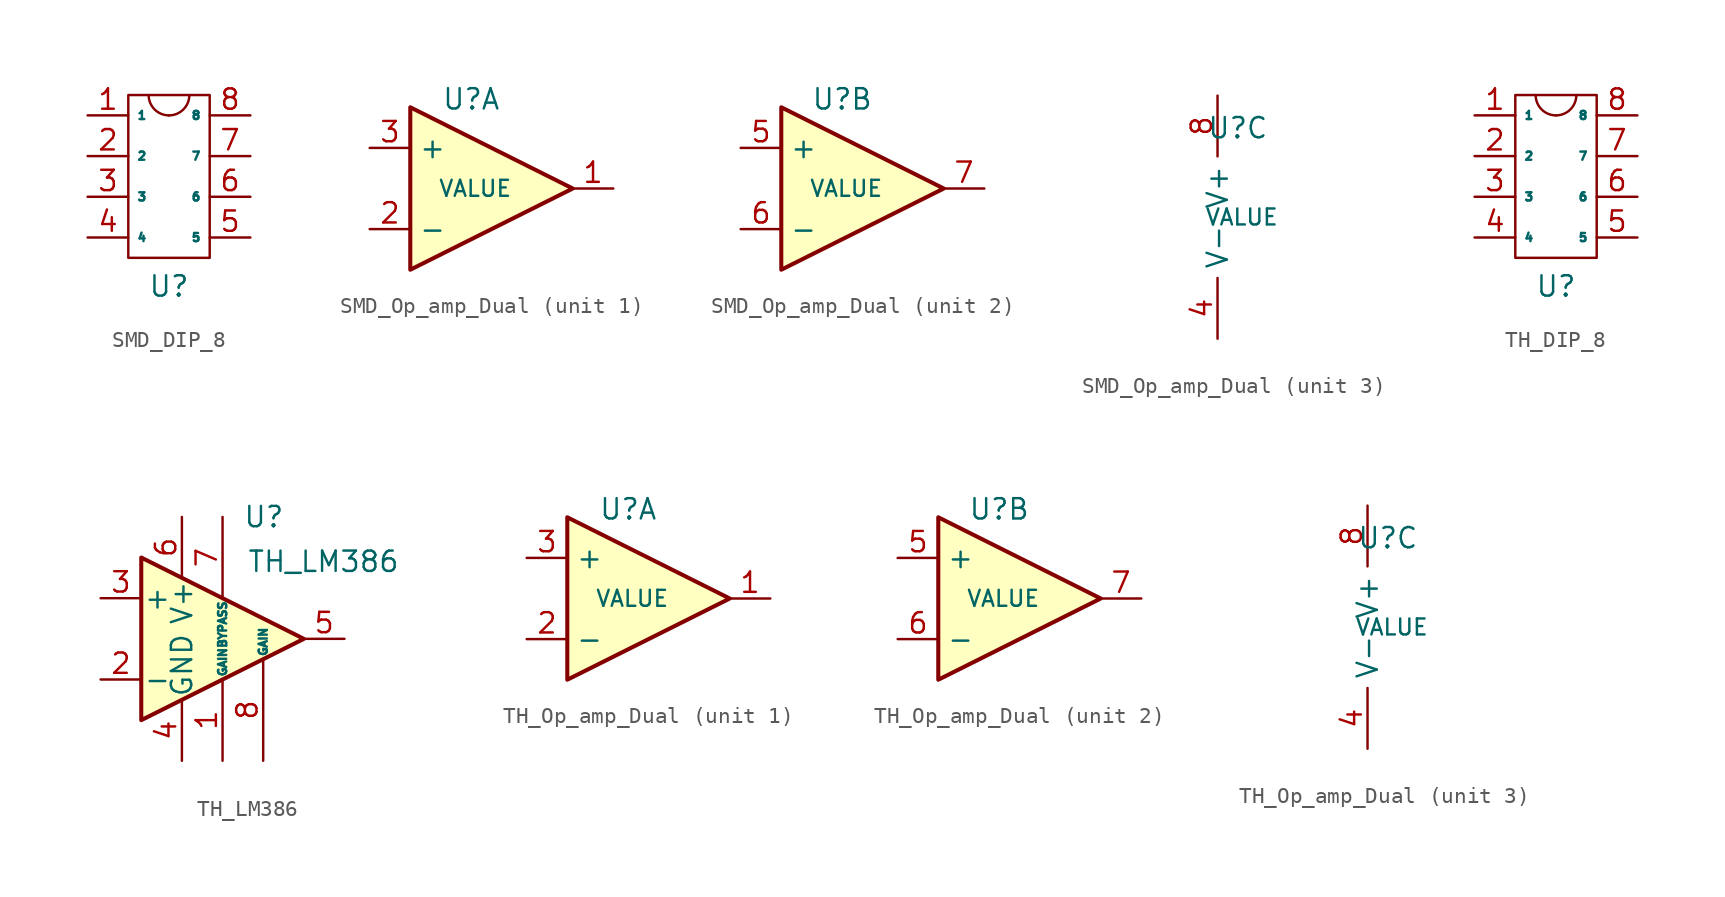
<source format=kicad_sym>
(kicad_symbol_lib
  (version 20231120)
  (generator "kicad_symbol_editor")
  (generator_version "8.0")
  (symbol "SMD_DIP_8"
    (property "Reference" "U"
      (at 0 -6.858 0)
      (do_not_autoplace)
      (effects (font (size 1.27 1.27))))
    (property "Value" ""
      (at 0 0 0)
      (effects (font (size 1.27 1.27))))
    (symbol "SMD_DIP_8_0_1"
      (rectangle (start -2.54 5.08) (end 2.54 -5.08) (stroke (width 0) (type default)) (fill (type none)))
      (arc (start -1.27 5.08) (mid -0.898 4.182) (end 0 3.81) (stroke (width 0) (type default)) (fill (type none)))
      (arc (start 0 3.81) (mid 0.898 4.182) (end 1.27 5.08) (stroke (width 0) (type default)) (fill (type none))))
    (symbol "SMD_DIP_8_1_1"
      (pin input line (at -5.08 3.81 0) (length 2.54) (name "1" (effects (font (size 0.508 0.508)))) (number "1" (effects (font (size 1.27 1.27)))))
      (pin input line (at -5.08 1.27 0) (length 2.54) (name "2" (effects (font (size 0.508 0.508)))) (number "2" (effects (font (size 1.27 1.27)))))
      (pin input line (at -5.08 -1.27 0) (length 2.54) (name "3" (effects (font (size 0.508 0.508)))) (number "3" (effects (font (size 1.27 1.27)))))
      (pin input line (at -5.08 -3.81 0) (length 2.54) (name "4" (effects (font (size 0.508 0.508)))) (number "4" (effects (font (size 1.27 1.27)))))
      (pin input line (at 5.08 -3.81 180) (length 2.54) (name "5" (effects (font (size 0.508 0.508)))) (number "5" (effects (font (size 1.27 1.27)))))
      (pin input line (at 5.08 -1.27 180) (length 2.54) (name "6" (effects (font (size 0.508 0.508)))) (number "6" (effects (font (size 1.27 1.27)))))
      (pin input line (at 5.08 1.27 180) (length 2.54) (name "7" (effects (font (size 0.508 0.508)))) (number "7" (effects (font (size 1.27 1.27)))))
      (pin input line (at 5.08 3.81 180) (length 2.54) (name "8" (effects (font (size 0.508 0.508)))) (number "8" (effects (font (size 1.27 1.27)))))))
  (symbol "SMD_Op_amp_Dual"
    (property "Reference" "U"
      (at -1.27 5.588 0)
      (do_not_autoplace)
      (effects (font (size 1.27 1.27))))
    (property "Value" "VALUE"
      (at -1.016 0 0)
      (do_not_autoplace)
      (effects (font (size 1 1))))
    (property "ki_locked" ""
      (at 0 0 0)
      (effects (font (size 1.27 1.27))))
    (symbol "SMD_Op_amp_Dual_1_1"
      (polyline (pts (xy -5.08 5.08) (xy 5.08 0) (xy -5.08 -5.08) (xy -5.08 5.08)) (stroke (width 0.254) (type default)) (fill (type background)))
      (pin output line (at 7.62 0 180) (length 2.54) (name "~" (effects (font (size 1.27 1.27)))) (number "1" (effects (font (size 1.27 1.27)))))
      (pin input line (at -7.62 -2.54 0) (length 2.54) (name "-" (effects (font (size 1.27 1.27)))) (number "2" (effects (font (size 1.27 1.27)))))
      (pin input line (at -7.62 2.54 0) (length 2.54) (name "+" (effects (font (size 1.27 1.27)))) (number "3" (effects (font (size 1.27 1.27))))))
    (symbol "SMD_Op_amp_Dual_2_1"
      (polyline (pts (xy -5.08 5.08) (xy 5.08 0) (xy -5.08 -5.08) (xy -5.08 5.08)) (stroke (width 0.254) (type default)) (fill (type background)))
      (pin input line (at -7.62 2.54 0) (length 2.54) (name "+" (effects (font (size 1.27 1.27)))) (number "5" (effects (font (size 1.27 1.27)))))
      (pin input line (at -7.62 -2.54 0) (length 2.54) (name "-" (effects (font (size 1.27 1.27)))) (number "6" (effects (font (size 1.27 1.27)))))
      (pin output line (at 7.62 0 180) (length 2.54) (name "~" (effects (font (size 1.27 1.27)))) (number "7" (effects (font (size 1.27 1.27))))))
    (symbol "SMD_Op_amp_Dual_3_1"
      (pin power_in line (at -2.54 -7.62 90) (length 3.81) (name "V-" (effects (font (size 1.27 1.27)))) (number "4" (effects (font (size 1.27 1.27)))))
      (pin power_in line (at -2.54 7.62 270) (length 3.81) (name "V+" (effects (font (size 1.27 1.27)))) (number "8" (effects (font (size 1.27 1.27)))))))
  (symbol "TH_DIP_8"
    (property "Reference" "U"
      (at 0 -6.858 0)
      (do_not_autoplace)
      (effects (font (size 1.27 1.27))))
    (property "Value" ""
      (at 0 0 0)
      (effects (font (size 1.27 1.27))))
    (symbol "TH_DIP_8_0_1"
      (rectangle (start -2.54 5.08) (end 2.54 -5.08) (stroke (width 0) (type default)) (fill (type none)))
      (arc (start -1.27 5.08) (mid -0.898 4.182) (end 0 3.81) (stroke (width 0) (type default)) (fill (type none)))
      (arc (start 0 3.81) (mid 0.898 4.182) (end 1.27 5.08) (stroke (width 0) (type default)) (fill (type none))))
    (symbol "TH_DIP_8_1_1"
      (pin input line (at -5.08 3.81 0) (length 2.54) (name "1" (effects (font (size 0.508 0.508)))) (number "1" (effects (font (size 1.27 1.27)))))
      (pin input line (at -5.08 1.27 0) (length 2.54) (name "2" (effects (font (size 0.508 0.508)))) (number "2" (effects (font (size 1.27 1.27)))))
      (pin input line (at -5.08 -1.27 0) (length 2.54) (name "3" (effects (font (size 0.508 0.508)))) (number "3" (effects (font (size 1.27 1.27)))))
      (pin input line (at -5.08 -3.81 0) (length 2.54) (name "4" (effects (font (size 0.508 0.508)))) (number "4" (effects (font (size 1.27 1.27)))))
      (pin input line (at 5.08 -3.81 180) (length 2.54) (name "5" (effects (font (size 0.508 0.508)))) (number "5" (effects (font (size 1.27 1.27)))))
      (pin input line (at 5.08 -1.27 180) (length 2.54) (name "6" (effects (font (size 0.508 0.508)))) (number "6" (effects (font (size 1.27 1.27)))))
      (pin input line (at 5.08 1.27 180) (length 2.54) (name "7" (effects (font (size 0.508 0.508)))) (number "7" (effects (font (size 1.27 1.27)))))
      (pin input line (at 5.08 3.81 180) (length 2.54) (name "8" (effects (font (size 0.508 0.508)))) (number "8" (effects (font (size 1.27 1.27)))))))
  (symbol "TH_LM386"
    (pin_names
      (offset 0.127))
    (property "Reference" "U"
      (at 1.27 7.62 0)
      (do_not_autoplace)
      (effects (font (size 1.27 1.27)) (justify left)))
    (property "Value" "TH_LM386"
      (at 1.524 4.826 0)
      (do_not_autoplace)
      (effects (font (size 1.27 1.27)) (justify left)))
    (symbol "TH_LM386_0_1"
      (polyline (pts (xy 5.08 0) (xy -5.08 5.08) (xy -5.08 -5.08) (xy 5.08 0)) (stroke (width 0.254) (type default)) (fill (type background))))
    (symbol "TH_LM386_1_1"
      (pin input line (at 0 -7.62 90) (length 5.08) (name "GAIN" (effects (font (size 0.508 0.508)))) (number "1" (effects (font (size 1.27 1.27)))))
      (pin input line (at -7.62 -2.54 0) (length 2.54) (name "-" (effects (font (size 1.27 1.27)))) (number "2" (effects (font (size 1.27 1.27)))))
      (pin input line (at -7.62 2.54 0) (length 2.54) (name "+" (effects (font (size 1.27 1.27)))) (number "3" (effects (font (size 1.27 1.27)))))
      (pin power_in line (at -2.54 -7.62 90) (length 3.81) (name "GND" (effects (font (size 1.27 1.27)))) (number "4" (effects (font (size 1.27 1.27)))))
      (pin output line (at 7.62 0 180) (length 2.54) (name "~" (effects (font (size 1.27 1.27)))) (number "5" (effects (font (size 1.27 1.27)))))
      (pin power_in line (at -2.54 7.62 270) (length 3.81) (name "V+" (effects (font (size 1.27 1.27)))) (number "6" (effects (font (size 1.27 1.27)))))
      (pin input line (at 0 7.62 270) (length 5.08) (name "BYPASS" (effects (font (size 0.508 0.508)))) (number "7" (effects (font (size 1.27 1.27)))))
      (pin input line (at 2.54 -7.62 90) (length 6.35) (name "GAIN" (effects (font (size 0.508 0.508)))) (number "8" (effects (font (size 1.27 1.27)))))))
  (symbol "TH_Op_amp_Dual"
    (property "Reference" "U"
      (at -1.27 5.588 0)
      (do_not_autoplace)
      (effects (font (size 1.27 1.27))))
    (property "Value" "VALUE"
      (at -1.016 0 0)
      (do_not_autoplace)
      (effects (font (size 1 1))))
    (property "ki_locked" ""
      (at 0 0 0)
      (effects (font (size 1.27 1.27))))
    (symbol "TH_Op_amp_Dual_1_1"
      (polyline (pts (xy -5.08 5.08) (xy 5.08 0) (xy -5.08 -5.08) (xy -5.08 5.08)) (stroke (width 0.254) (type default)) (fill (type background)))
      (pin output line (at 7.62 0 180) (length 2.54) (name "~" (effects (font (size 1.27 1.27)))) (number "1" (effects (font (size 1.27 1.27)))))
      (pin input line (at -7.62 -2.54 0) (length 2.54) (name "-" (effects (font (size 1.27 1.27)))) (number "2" (effects (font (size 1.27 1.27)))))
      (pin input line (at -7.62 2.54 0) (length 2.54) (name "+" (effects (font (size 1.27 1.27)))) (number "3" (effects (font (size 1.27 1.27))))))
    (symbol "TH_Op_amp_Dual_2_1"
      (polyline (pts (xy -5.08 5.08) (xy 5.08 0) (xy -5.08 -5.08) (xy -5.08 5.08)) (stroke (width 0.254) (type default)) (fill (type background)))
      (pin input line (at -7.62 2.54 0) (length 2.54) (name "+" (effects (font (size 1.27 1.27)))) (number "5" (effects (font (size 1.27 1.27)))))
      (pin input line (at -7.62 -2.54 0) (length 2.54) (name "-" (effects (font (size 1.27 1.27)))) (number "6" (effects (font (size 1.27 1.27)))))
      (pin output line (at 7.62 0 180) (length 2.54) (name "~" (effects (font (size 1.27 1.27)))) (number "7" (effects (font (size 1.27 1.27))))))
    (symbol "TH_Op_amp_Dual_3_1"
      (pin power_in line (at -2.54 -7.62 90) (length 3.81) (name "V-" (effects (font (size 1.27 1.27)))) (number "4" (effects (font (size 1.27 1.27)))))
      (pin power_in line (at -2.54 7.62 270) (length 3.81) (name "V+" (effects (font (size 1.27 1.27)))) (number "8" (effects (font (size 1.27 1.27))))))))
</source>
